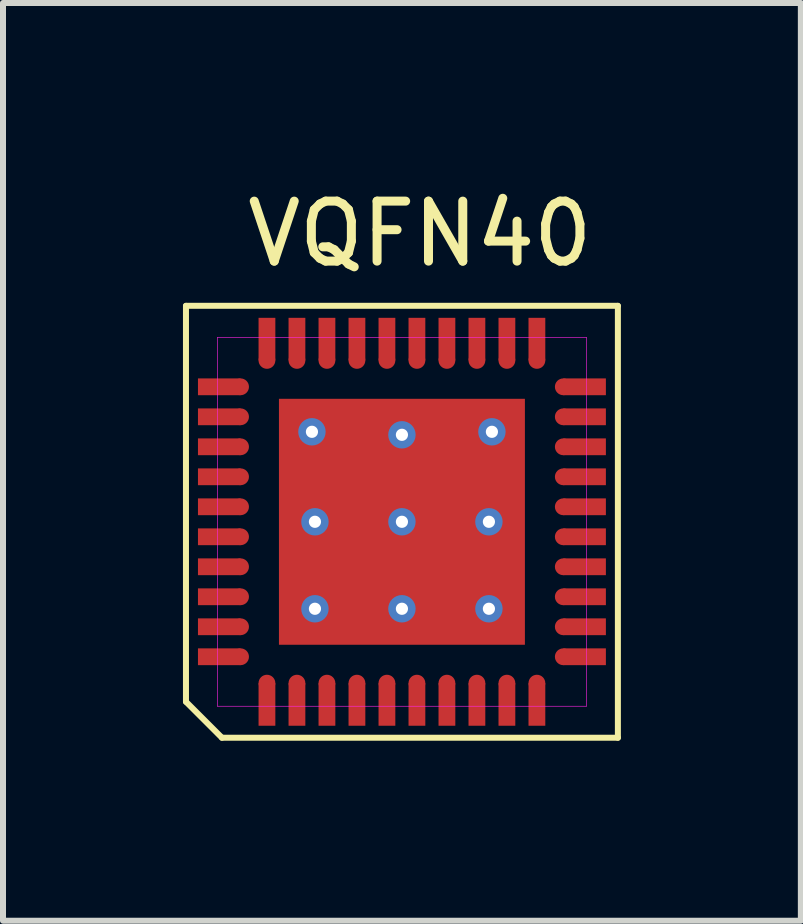
<source format=kicad_pcb>
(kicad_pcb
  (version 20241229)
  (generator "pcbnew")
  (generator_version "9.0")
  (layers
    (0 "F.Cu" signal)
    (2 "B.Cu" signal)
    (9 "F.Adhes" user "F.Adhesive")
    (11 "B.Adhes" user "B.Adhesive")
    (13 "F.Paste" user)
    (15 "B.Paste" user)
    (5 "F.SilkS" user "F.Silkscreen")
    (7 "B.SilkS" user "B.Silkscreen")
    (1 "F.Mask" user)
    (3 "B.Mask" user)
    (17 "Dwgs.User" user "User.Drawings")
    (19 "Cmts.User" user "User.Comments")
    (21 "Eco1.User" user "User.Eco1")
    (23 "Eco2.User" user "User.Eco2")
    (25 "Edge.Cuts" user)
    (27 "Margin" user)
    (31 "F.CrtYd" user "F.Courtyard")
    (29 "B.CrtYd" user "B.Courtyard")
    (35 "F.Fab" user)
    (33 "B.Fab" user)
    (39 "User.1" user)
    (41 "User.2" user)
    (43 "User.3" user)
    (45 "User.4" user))
  (footprint "VQFN40"
    (layer "F.Cu")
    (at 3.65 5.648)
    (property "Reference" "VQFN40" (at 0.3 -4.8 0) (layer "F.SilkS") (effects (font (size 1 1) (thickness 0.15))))
    (attr through_hole)
    (fp_line (start -3.6 -3.6) (end 3.6 -3.6) (stroke (width 0.1) (type solid)) (layer "F.SilkS"))
    (fp_line (start -3.6 3) (end -3.6 -3.6) (stroke (width 0.1) (type solid)) (layer "F.SilkS"))
    (fp_line (start -3 3.6) (end -3.6 3) (stroke (width 0.1) (type solid)) (layer "F.SilkS"))
    (fp_line (start -3 3.6) (end 3.6 3.6) (stroke (width 0.1) (type solid)) (layer "F.SilkS"))
    (fp_line (start 3.6 -3.6) (end 3.6 3.6) (stroke (width 0.1) (type solid)) (layer "F.SilkS"))
    (fp_line (start -3.075 -3.075) (end 3.075 -3.075) (stroke (width 0.01) (type solid)) (layer "F.CrtYd"))
    (fp_line (start -3.075 3.075) (end -3.075 -3.075) (stroke (width 0.01) (type solid)) (layer "F.CrtYd"))
    (fp_line (start 3.075 -3.075) (end 3.075 3.075) (stroke (width 0.01) (type solid)) (layer "F.CrtYd"))
    (fp_line (start 3.075 3.075) (end -3.075 3.075) (stroke (width 0.01) (type solid)) (layer "F.CrtYd"))
    (pad "1" smd circle (at -2.25 2.69 90) (size 0.28 0.28) (layers "F.Cu" "F.Mask" "F.Paste"))
    (pad "1" smd rect (at -2.25 3.045) (size 0.28 0.71) (layers "F.Cu" "F.Mask" "F.Paste"))
    (pad "2" smd circle (at -1.75 2.69 90) (size 0.28 0.28) (layers "F.Cu" "F.Mask" "F.Paste"))
    (pad "2" smd rect (at -1.75 3.045) (size 0.28 0.71) (layers "F.Cu" "F.Mask" "F.Paste"))
    (pad "3" smd circle (at -1.25 2.69 90) (size 0.28 0.28) (layers "F.Cu" "F.Mask" "F.Paste"))
    (pad "3" smd rect (at -1.25 3.045) (size 0.28 0.71) (layers "F.Cu" "F.Mask" "F.Paste"))
    (pad "4" smd circle (at -0.75 2.69 90) (size 0.28 0.28) (layers "F.Cu" "F.Mask" "F.Paste"))
    (pad "4" smd rect (at -0.75 3.045) (size 0.28 0.71) (layers "F.Cu" "F.Mask" "F.Paste"))
    (pad "5" smd circle (at -0.25 2.69 90) (size 0.28 0.28) (layers "F.Cu" "F.Mask" "F.Paste"))
    (pad "5" smd rect (at -0.25 3.045) (size 0.28 0.71) (layers "F.Cu" "F.Mask" "F.Paste"))
    (pad "6" smd circle (at 0.25 2.69 90) (size 0.28 0.28) (layers "F.Cu" "F.Mask" "F.Paste"))
    (pad "6" smd rect (at 0.25 3.045) (size 0.28 0.71) (layers "F.Cu" "F.Mask" "F.Paste"))
    (pad "7" smd circle (at 0.75 2.69 90) (size 0.28 0.28) (layers "F.Cu" "F.Mask" "F.Paste"))
    (pad "7" smd rect (at 0.75 3.045) (size 0.28 0.71) (layers "F.Cu" "F.Mask" "F.Paste"))
    (pad "8" smd circle (at 1.25 2.69 90) (size 0.28 0.28) (layers "F.Cu" "F.Mask" "F.Paste"))
    (pad "8" smd rect (at 1.25 3.045) (size 0.28 0.71) (layers "F.Cu" "F.Mask" "F.Paste"))
    (pad "9" smd circle (at 1.75 2.69 90) (size 0.28 0.28) (layers "F.Cu" "F.Mask" "F.Paste"))
    (pad "9" smd rect (at 1.75 3.045) (size 0.28 0.71) (layers "F.Cu" "F.Mask" "F.Paste"))
    (pad "10" smd circle (at 2.25 2.69 90) (size 0.28 0.28) (layers "F.Cu" "F.Mask" "F.Paste"))
    (pad "10" smd rect (at 2.25 3.045) (size 0.28 0.71) (layers "F.Cu" "F.Mask" "F.Paste"))
    (pad "11" smd circle (at 2.69 2.25 90) (size 0.28 0.28) (layers "F.Cu" "F.Mask" "F.Paste"))
    (pad "11" smd rect (at 3.045 2.25 90) (size 0.28 0.71) (layers "F.Cu" "F.Mask" "F.Paste"))
    (pad "12" smd circle (at 2.69 1.75 90) (size 0.28 0.28) (layers "F.Cu" "F.Mask" "F.Paste"))
    (pad "12" smd rect (at 3.045 1.75 90) (size 0.28 0.71) (layers "F.Cu" "F.Mask" "F.Paste"))
    (pad "13" smd circle (at 2.69 1.25 90) (size 0.28 0.28) (layers "F.Cu" "F.Mask" "F.Paste"))
    (pad "13" smd rect (at 3.045 1.25 90) (size 0.28 0.71) (layers "F.Cu" "F.Mask" "F.Paste"))
    (pad "14" smd circle (at 2.69 0.75 90) (size 0.28 0.28) (layers "F.Cu" "F.Mask" "F.Paste"))
    (pad "14" smd rect (at 3.045 0.75 90) (size 0.28 0.71) (layers "F.Cu" "F.Mask" "F.Paste"))
    (pad "15" smd circle (at 2.69 0.25 90) (size 0.28 0.28) (layers "F.Cu" "F.Mask" "F.Paste"))
    (pad "15" smd rect (at 3.045 0.25 90) (size 0.28 0.71) (layers "F.Cu" "F.Mask" "F.Paste"))
    (pad "16" smd circle (at 2.69 -0.25 90) (size 0.28 0.28) (layers "F.Cu" "F.Mask" "F.Paste"))
    (pad "16" smd rect (at 3.045 -0.25 90) (size 0.28 0.71) (layers "F.Cu" "F.Mask" "F.Paste"))
    (pad "17" smd circle (at 2.69 -0.75 90) (size 0.28 0.28) (layers "F.Cu" "F.Mask" "F.Paste"))
    (pad "17" smd rect (at 3.045 -0.75 90) (size 0.28 0.71) (layers "F.Cu" "F.Mask" "F.Paste"))
    (pad "18" smd circle (at 2.69 -1.25 90) (size 0.28 0.28) (layers "F.Cu" "F.Mask" "F.Paste"))
    (pad "18" smd rect (at 3.045 -1.25 90) (size 0.28 0.71) (layers "F.Cu" "F.Mask" "F.Paste"))
    (pad "19" smd circle (at 2.69 -1.75 90) (size 0.28 0.28) (layers "F.Cu" "F.Mask" "F.Paste"))
    (pad "19" smd rect (at 3.045 -1.75 90) (size 0.28 0.71) (layers "F.Cu" "F.Mask" "F.Paste"))
    (pad "20" smd circle (at 2.69 -2.25 90) (size 0.28 0.28) (layers "F.Cu" "F.Mask" "F.Paste"))
    (pad "20" smd rect (at 3.045 -2.25 90) (size 0.28 0.71) (layers "F.Cu" "F.Mask" "F.Paste"))
    (pad "21" smd rect (at 2.25 -3.045) (size 0.28 0.71) (layers "F.Cu" "F.Mask" "F.Paste"))
    (pad "21" smd circle (at 2.25 -2.69 90) (size 0.28 0.28) (layers "F.Cu" "F.Mask" "F.Paste"))
    (pad "22" smd rect (at 1.75 -3.045) (size 0.28 0.71) (layers "F.Cu" "F.Mask" "F.Paste"))
    (pad "22" smd circle (at 1.75 -2.69 90) (size 0.28 0.28) (layers "F.Cu" "F.Mask" "F.Paste"))
    (pad "23" smd rect (at 1.25 -3.045) (size 0.28 0.71) (layers "F.Cu" "F.Mask" "F.Paste"))
    (pad "23" smd circle (at 1.25 -2.69 90) (size 0.28 0.28) (layers "F.Cu" "F.Mask" "F.Paste"))
    (pad "24" smd rect (at 0.75 -3.045) (size 0.28 0.71) (layers "F.Cu" "F.Mask" "F.Paste"))
    (pad "24" smd circle (at 0.75 -2.69 90) (size 0.28 0.28) (layers "F.Cu" "F.Mask" "F.Paste"))
    (pad "25" smd rect (at 0.25 -3.045) (size 0.28 0.71) (layers "F.Cu" "F.Mask" "F.Paste"))
    (pad "25" smd circle (at 0.25 -2.69 90) (size 0.28 0.28) (layers "F.Cu" "F.Mask" "F.Paste"))
    (pad "26" smd rect (at -0.25 -3.045) (size 0.28 0.71) (layers "F.Cu" "F.Mask" "F.Paste"))
    (pad "26" smd circle (at -0.25 -2.69 90) (size 0.28 0.28) (layers "F.Cu" "F.Mask" "F.Paste"))
    (pad "27" smd rect (at -0.75 -3.045) (size 0.28 0.71) (layers "F.Cu" "F.Mask" "F.Paste"))
    (pad "27" smd circle (at -0.75 -2.69 90) (size 0.28 0.28) (layers "F.Cu" "F.Mask" "F.Paste"))
    (pad "28" smd rect (at -1.25 -3.045) (size 0.28 0.71) (layers "F.Cu" "F.Mask" "F.Paste"))
    (pad "28" smd circle (at -1.25 -2.69 90) (size 0.28 0.28) (layers "F.Cu" "F.Mask" "F.Paste"))
    (pad "29" smd rect (at -1.75 -3.045) (size 0.28 0.71) (layers "F.Cu" "F.Mask" "F.Paste"))
    (pad "29" smd circle (at -1.75 -2.69 90) (size 0.28 0.28) (layers "F.Cu" "F.Mask" "F.Paste"))
    (pad "30" smd rect (at -2.25 -3.045) (size 0.28 0.71) (layers "F.Cu" "F.Mask" "F.Paste"))
    (pad "30" smd circle (at -2.25 -2.69 90) (size 0.28 0.28) (layers "F.Cu" "F.Mask" "F.Paste"))
    (pad "31" smd rect (at -3.045 -2.25 90) (size 0.28 0.71) (layers "F.Cu" "F.Mask" "F.Paste"))
    (pad "31" smd circle (at -2.69 -2.25 90) (size 0.28 0.28) (layers "F.Cu" "F.Mask" "F.Paste"))
    (pad "32" smd rect (at -3.045 -1.75 90) (size 0.28 0.71) (layers "F.Cu" "F.Mask" "F.Paste"))
    (pad "32" smd circle (at -2.69 -1.75 90) (size 0.28 0.28) (layers "F.Cu" "F.Mask" "F.Paste"))
    (pad "33" smd rect (at -3.045 -1.25 90) (size 0.28 0.71) (layers "F.Cu" "F.Mask" "F.Paste"))
    (pad "33" smd circle (at -2.69 -1.25 90) (size 0.28 0.28) (layers "F.Cu" "F.Mask" "F.Paste"))
    (pad "34" smd rect (at -3.045 -0.75 90) (size 0.28 0.71) (layers "F.Cu" "F.Mask" "F.Paste"))
    (pad "34" smd circle (at -2.69 -0.75 90) (size 0.28 0.28) (layers "F.Cu" "F.Mask" "F.Paste"))
    (pad "35" smd rect (at -3.045 -0.25 90) (size 0.28 0.71) (layers "F.Cu" "F.Mask" "F.Paste"))
    (pad "35" smd circle (at -2.69 -0.25 90) (size 0.28 0.28) (layers "F.Cu" "F.Mask" "F.Paste"))
    (pad "36" smd rect (at -3.045 0.25 90) (size 0.28 0.71) (layers "F.Cu" "F.Mask" "F.Paste"))
    (pad "36" smd circle (at -2.69 0.25 90) (size 0.28 0.28) (layers "F.Cu" "F.Mask" "F.Paste"))
    (pad "37" smd rect (at -3.045 0.75 90) (size 0.28 0.71) (layers "F.Cu" "F.Mask" "F.Paste"))
    (pad "37" smd circle (at -2.69 0.75 90) (size 0.28 0.28) (layers "F.Cu" "F.Mask" "F.Paste"))
    (pad "38" smd rect (at -3.045 1.25 90) (size 0.28 0.71) (layers "F.Cu" "F.Mask" "F.Paste"))
    (pad "38" smd circle (at -2.69 1.25 90) (size 0.28 0.28) (layers "F.Cu" "F.Mask" "F.Paste"))
    (pad "39" smd rect (at -3.045 1.75 90) (size 0.28 0.71) (layers "F.Cu" "F.Mask" "F.Paste"))
    (pad "39" smd circle (at -2.69 1.75 90) (size 0.28 0.28) (layers "F.Cu" "F.Mask" "F.Paste"))
    (pad "40" smd rect (at -3.045 2.25 90) (size 0.28 0.71) (layers "F.Cu" "F.Mask" "F.Paste"))
    (pad "40" smd circle (at -2.69 2.25 90) (size 0.28 0.28) (layers "F.Cu" "F.Mask" "F.Paste"))
    (pad "41" thru_hole circle (at -1.5 -1.5) (size 0.457 0.457) (drill 0.203) (layers "*.Cu"))
    (pad "41" smd rect (at -1.45 -1.45) (size 1.15 1.15) (layers "F.Cu" "F.Mask" "F.Paste"))
    (pad "41" thru_hole circle (at -1.45 0) (size 0.457 0.457) (drill 0.203) (layers "*.Cu"))
    (pad "41" smd rect (at -1.45 0) (size 1.15 1.15) (layers "F.Cu" "F.Mask" "F.Paste"))
    (pad "41" thru_hole circle (at -1.45 1.45) (size 0.457 0.457) (drill 0.203) (layers "*.Cu"))
    (pad "41" smd rect (at -1.45 1.45) (size 1.15 1.15) (layers "F.Cu" "F.Mask" "F.Paste"))
    (pad "41" thru_hole circle (at 0 -1.45) (size 0.457 0.457) (drill 0.203) (layers "*.Cu"))
    (pad "41" smd rect (at 0 -1.45) (size 1.15 1.15) (layers "F.Cu" "F.Mask" "F.Paste"))
    (pad "41" thru_hole circle (at 0 0) (size 0.457 0.457) (drill 0.203) (layers "*.Cu"))
    (pad "41" smd rect (at 0 0) (size 1.15 1.15) (layers "F.Cu" "F.Mask" "F.Paste"))
    (pad "41" smd rect (at 0 0) (size 4.1 4.1) (layers "F.Cu" "F.Mask"))
    (pad "41" thru_hole circle (at 0 1.45) (size 0.457 0.457) (drill 0.203) (layers "*.Cu"))
    (pad "41" smd rect (at 0 1.45) (size 1.15 1.15) (layers "F.Cu" "F.Mask" "F.Paste"))
    (pad "41" smd rect (at 1.45 -1.45) (size 1.15 1.15) (layers "F.Cu" "F.Mask" "F.Paste"))
    (pad "41" thru_hole circle (at 1.45 0) (size 0.457 0.457) (drill 0.203) (layers "*.Cu"))
    (pad "41" smd rect (at 1.45 0) (size 1.15 1.15) (layers "F.Cu" "F.Mask" "F.Paste"))
    (pad "41" thru_hole circle (at 1.45 1.45) (size 0.457 0.457) (drill 0.203) (layers "*.Cu"))
    (pad "41" smd rect (at 1.45 1.45) (size 1.15 1.15) (layers "F.Cu" "F.Mask" "F.Paste"))
    (pad "41" thru_hole circle (at 1.5 -1.5) (size 0.457 0.457) (drill 0.203) (layers "*.Cu")))
  (gr_rect
    (start -3 -3)
    (end 10.3 12.298)
    (stroke (width 0.1) (type default))
    (fill no)
    (layer "Edge.Cuts")))
</source>
